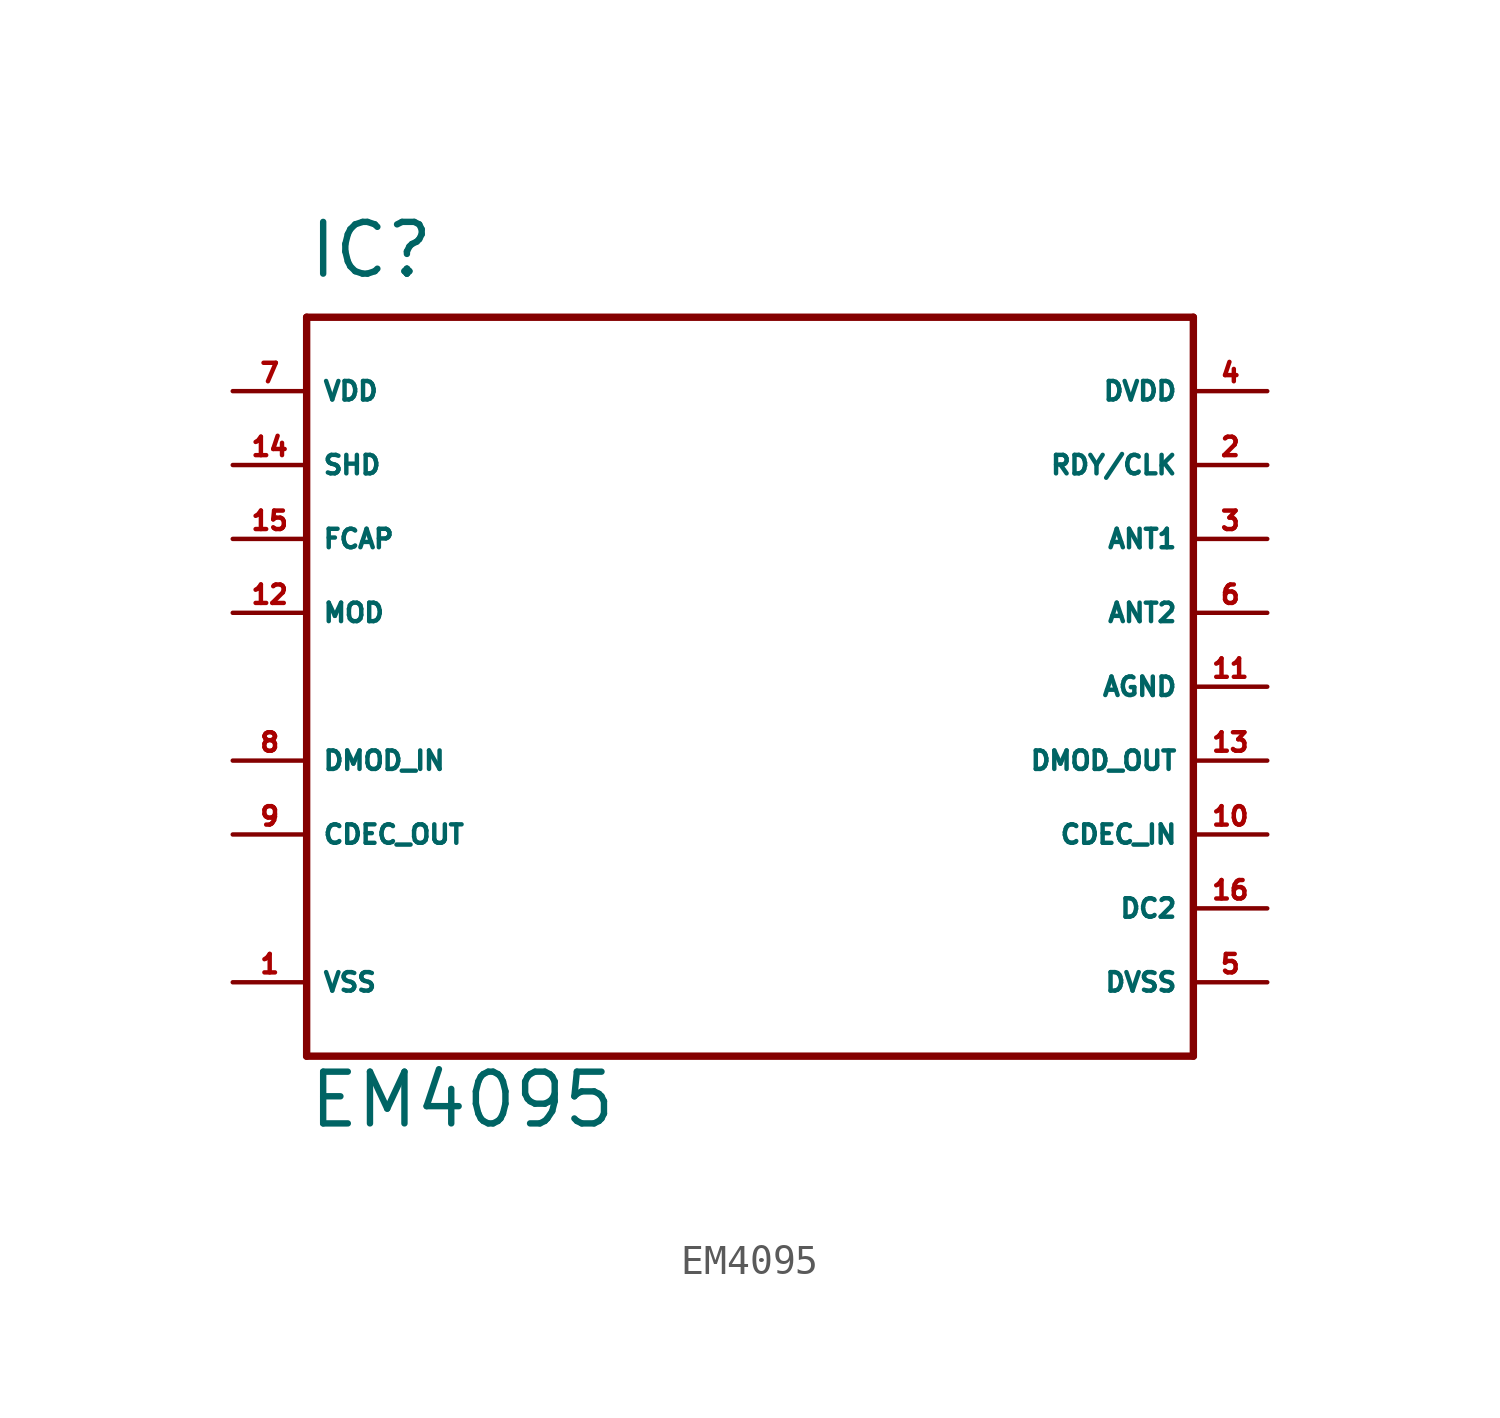
<source format=kicad_sym>
(kicad_symbol_lib
  (version 20220914)
  (generator Eagle2Kicad)
  (symbol "EM4095"
    (property "Reference" "IC"
      (at -15.24 11.43 0)
      (effects (font (size 1.778 1.778) (thickness 0.22)) (justify left bottom)))
    (property "Value" "EM4095"
      (at -15.24 -17.78 0)
      (effects (font (size 1.778 1.778) (thickness 0.22)) (justify left bottom)))
    (polyline
      (pts (xy -15.24 10.16) (xy 15.24 10.16))
      (stroke (width 0.254) (type default))
      (fill (type none)))
    (polyline
      (pts (xy 15.24 10.16) (xy 15.24 -15.24))
      (stroke (width 0.254) (type default))
      (fill (type none)))
    (polyline
      (pts (xy 15.24 -15.24) (xy -15.24 -15.24))
      (stroke (width 0.254) (type default))
      (fill (type none)))
    (polyline
      (pts (xy -15.24 -15.24) (xy -15.24 10.16))
      (stroke (width 0.254) (type default))
      (fill (type none)))
    (pin unspecified line
      (at -17.78 7.62 0)
      (length 2.54)
      (name "VDD" (effects (font (size 0.635 0.635) (thickness 0.08)) (justify left bottom)))
      (number "7" (effects (font (size 0.635 0.635) (thickness 0.08)) (justify left bottom))))
    (pin unspecified line
      (at -17.78 -12.7 0)
      (length 2.54)
      (name "VSS" (effects (font (size 0.635 0.635) (thickness 0.08)) (justify left bottom)))
      (number "1" (effects (font (size 0.635 0.635) (thickness 0.08)) (justify left bottom))))
    (pin input line
      (at -17.78 5.08 0)
      (length 2.54)
      (name "SHD" (effects (font (size 0.635 0.635) (thickness 0.08)) (justify left bottom)))
      (number "14" (effects (font (size 0.635 0.635) (thickness 0.08)) (justify left bottom))))
    (pin passive line
      (at -17.78 2.54 0)
      (length 2.54)
      (name "FCAP" (effects (font (size 0.635 0.635) (thickness 0.08)) (justify left bottom)))
      (number "15" (effects (font (size 0.635 0.635) (thickness 0.08)) (justify left bottom))))
    (pin input line
      (at -17.78 0 0)
      (length 2.54)
      (name "MOD" (effects (font (size 0.635 0.635) (thickness 0.08)) (justify left bottom)))
      (number "12" (effects (font (size 0.635 0.635) (thickness 0.08)) (justify left bottom))))
    (pin input line
      (at -17.78 -5.08 0)
      (length 2.54)
      (name "DMOD_IN" (effects (font (size 0.635 0.635) (thickness 0.08)) (justify left bottom)))
      (number "8" (effects (font (size 0.635 0.635) (thickness 0.08)) (justify left bottom))))
    (pin output line
      (at 17.78 -5.08 180)
      (length 2.54)
      (name "DMOD_OUT" (effects (font (size 0.635 0.635) (thickness 0.08)) (justify left bottom)))
      (number "13" (effects (font (size 0.635 0.635) (thickness 0.08)) (justify left bottom))))
    (pin passive line
      (at 17.78 0 180)
      (length 2.54)
      (name "ANT2" (effects (font (size 0.635 0.635) (thickness 0.08)) (justify left bottom)))
      (number "6" (effects (font (size 0.635 0.635) (thickness 0.08)) (justify left bottom))))
    (pin passive line
      (at 17.78 2.54 180)
      (length 2.54)
      (name "ANT1" (effects (font (size 0.635 0.635) (thickness 0.08)) (justify left bottom)))
      (number "3" (effects (font (size 0.635 0.635) (thickness 0.08)) (justify left bottom))))
    (pin output line
      (at 17.78 5.08 180)
      (length 2.54)
      (name "RDY/CLK" (effects (font (size 0.635 0.635) (thickness 0.08)) (justify left bottom)))
      (number "2" (effects (font (size 0.635 0.635) (thickness 0.08)) (justify left bottom))))
    (pin unspecified line
      (at 17.78 7.62 180)
      (length 2.54)
      (name "DVDD" (effects (font (size 0.635 0.635) (thickness 0.08)) (justify left bottom)))
      (number "4" (effects (font (size 0.635 0.635) (thickness 0.08)) (justify left bottom))))
    (pin unspecified line
      (at 17.78 -12.7 180)
      (length 2.54)
      (name "DVSS" (effects (font (size 0.635 0.635) (thickness 0.08)) (justify left bottom)))
      (number "5" (effects (font (size 0.635 0.635) (thickness 0.08)) (justify left bottom))))
    (pin output line
      (at -17.78 -7.62 0)
      (length 2.54)
      (name "CDEC_OUT" (effects (font (size 0.635 0.635) (thickness 0.08)) (justify left bottom)))
      (number "9" (effects (font (size 0.635 0.635) (thickness 0.08)) (justify left bottom))))
    (pin input line
      (at 17.78 -7.62 180)
      (length 2.54)
      (name "CDEC_IN" (effects (font (size 0.635 0.635) (thickness 0.08)) (justify left bottom)))
      (number "10" (effects (font (size 0.635 0.635) (thickness 0.08)) (justify left bottom))))
    (pin passive line
      (at 17.78 -10.16 180)
      (length 2.54)
      (name "DC2" (effects (font (size 0.635 0.635) (thickness 0.08)) (justify left bottom)))
      (number "16" (effects (font (size 0.635 0.635) (thickness 0.08)) (justify left bottom))))
    (pin unspecified line
      (at 17.78 -2.54 180)
      (length 2.54)
      (name "AGND" (effects (font (size 0.635 0.635) (thickness 0.08)) (justify left bottom)))
      (number "11" (effects (font (size 0.635 0.635) (thickness 0.08)) (justify left bottom))))))
</source>
